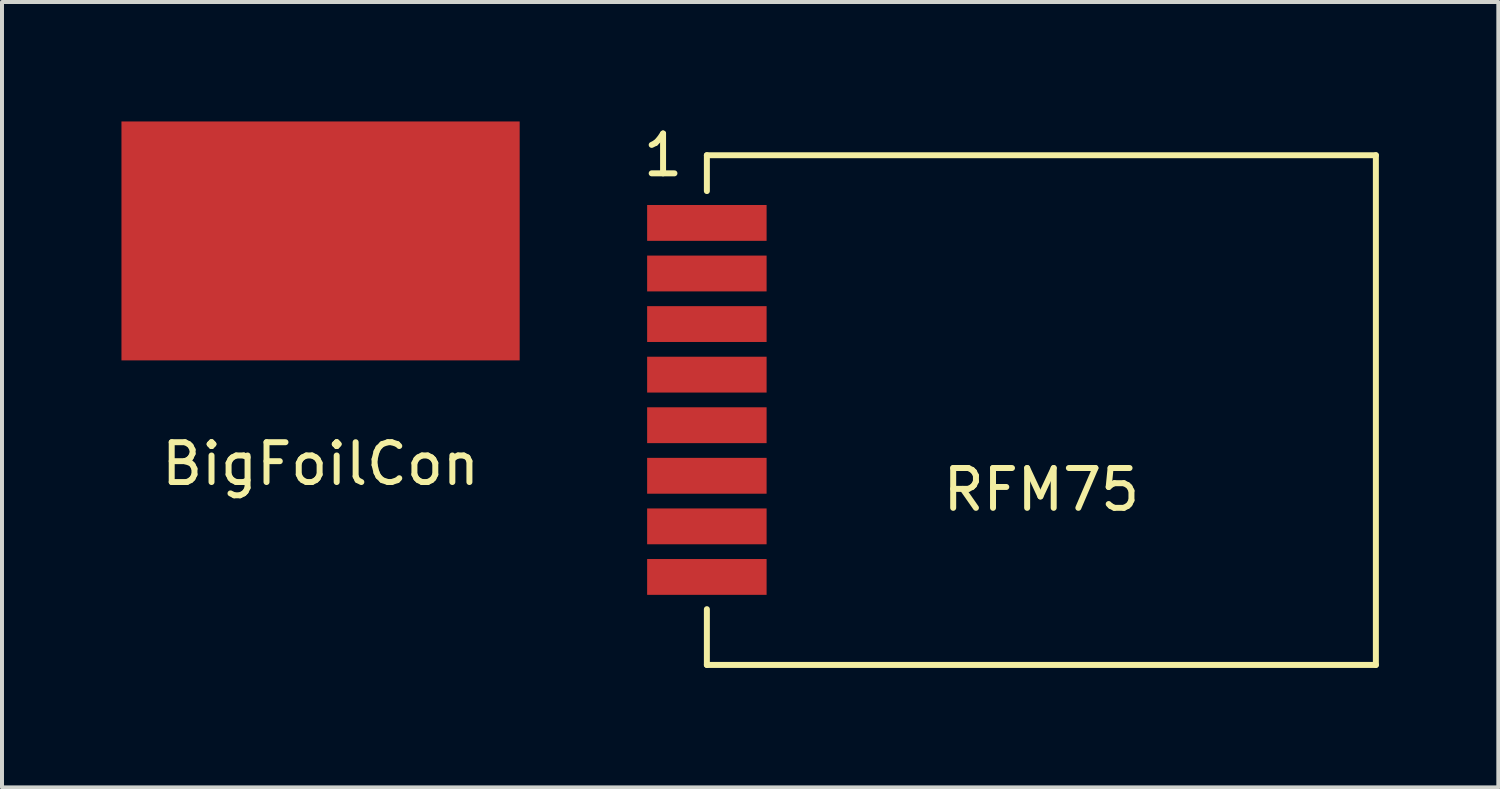
<source format=kicad_pcb>
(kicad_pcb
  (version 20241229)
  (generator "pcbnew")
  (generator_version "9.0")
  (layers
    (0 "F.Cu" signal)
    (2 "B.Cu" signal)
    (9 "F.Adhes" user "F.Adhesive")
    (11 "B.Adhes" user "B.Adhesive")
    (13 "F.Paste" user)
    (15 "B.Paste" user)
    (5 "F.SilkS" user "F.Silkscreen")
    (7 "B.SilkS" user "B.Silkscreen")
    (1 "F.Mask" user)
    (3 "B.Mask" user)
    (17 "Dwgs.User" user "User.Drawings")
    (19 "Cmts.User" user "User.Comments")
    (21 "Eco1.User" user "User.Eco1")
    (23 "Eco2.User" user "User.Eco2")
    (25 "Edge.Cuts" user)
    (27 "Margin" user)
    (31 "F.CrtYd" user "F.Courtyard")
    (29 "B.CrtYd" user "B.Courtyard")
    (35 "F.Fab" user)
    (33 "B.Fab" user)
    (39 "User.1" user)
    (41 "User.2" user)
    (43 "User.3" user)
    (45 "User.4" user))
  (footprint "BigFoilCon"
    (layer "F.Cu")
    (at 5 3)
    (property "Reference" "BigFoilCon" (at 0 5.6 0) (layer "F.SilkS") (effects (font (size 1 1) (thickness 0.15))))
    (attr through_hole)
    (pad "1" smd rect (at 0 0) (size 10 6) (layers "F.Cu" "F.Mask" "F.Paste")))
  (footprint "RFM75"
    (layer "F.Cu")
    (at 23.101 7.248)
    (property "Reference" "RFM75" (at 0 2 0) (layer "F.SilkS") (effects (font (size 1 1) (thickness 0.15))))
    (attr through_hole)
    (fp_line (start -8.4 -6.4) (end -8.4 -5.5) (stroke (width 0.15) (type solid)) (layer "F.SilkS"))
    (fp_line (start -8.4 6.4) (end -8.4 5) (stroke (width 0.15) (type solid)) (layer "F.SilkS"))
    (fp_line (start -8.4 6.4) (end 8.4 6.4) (stroke (width 0.15) (type solid)) (layer "F.SilkS"))
    (fp_line (start 8.4 -6.4) (end -8.4 -6.4) (stroke (width 0.15) (type solid)) (layer "F.SilkS"))
    (fp_line (start 8.4 6.4) (end 8.4 -6.4) (stroke (width 0.15) (type solid)) (layer "F.SilkS"))
    (fp_text user "1" (at -9.5 -6.4 0) (layer "F.SilkS") (effects (font (size 1 1) (thickness 0.15))))
    (pad "1" smd rect (at -8.4 -4.7) (size 3 0.9) (layers "F.Cu" "F.Mask" "F.Paste"))
    (pad "2" smd rect (at -8.4 -3.43) (size 3 0.9) (layers "F.Cu" "F.Mask" "F.Paste"))
    (pad "3" smd rect (at -8.4 -2.16) (size 3 0.9) (layers "F.Cu" "F.Mask" "F.Paste"))
    (pad "4" smd rect (at -8.4 -0.89) (size 3 0.9) (layers "F.Cu" "F.Mask" "F.Paste"))
    (pad "5" smd rect (at -8.4 0.38) (size 3 0.9) (layers "F.Cu" "F.Mask" "F.Paste"))
    (pad "6" smd rect (at -8.4 1.65) (size 3 0.9) (layers "F.Cu" "F.Mask" "F.Paste"))
    (pad "7" smd rect (at -8.4 2.92) (size 3 0.9) (layers "F.Cu" "F.Mask" "F.Paste"))
    (pad "8" smd rect (at -8.4 4.19) (size 3 0.9) (layers "F.Cu" "F.Mask" "F.Paste")))
  (gr_rect
    (start -3 -3)
    (end 34.576 16.723)
    (stroke (width 0.1) (type default))
    (fill no)
    (layer "Edge.Cuts")))
</source>
